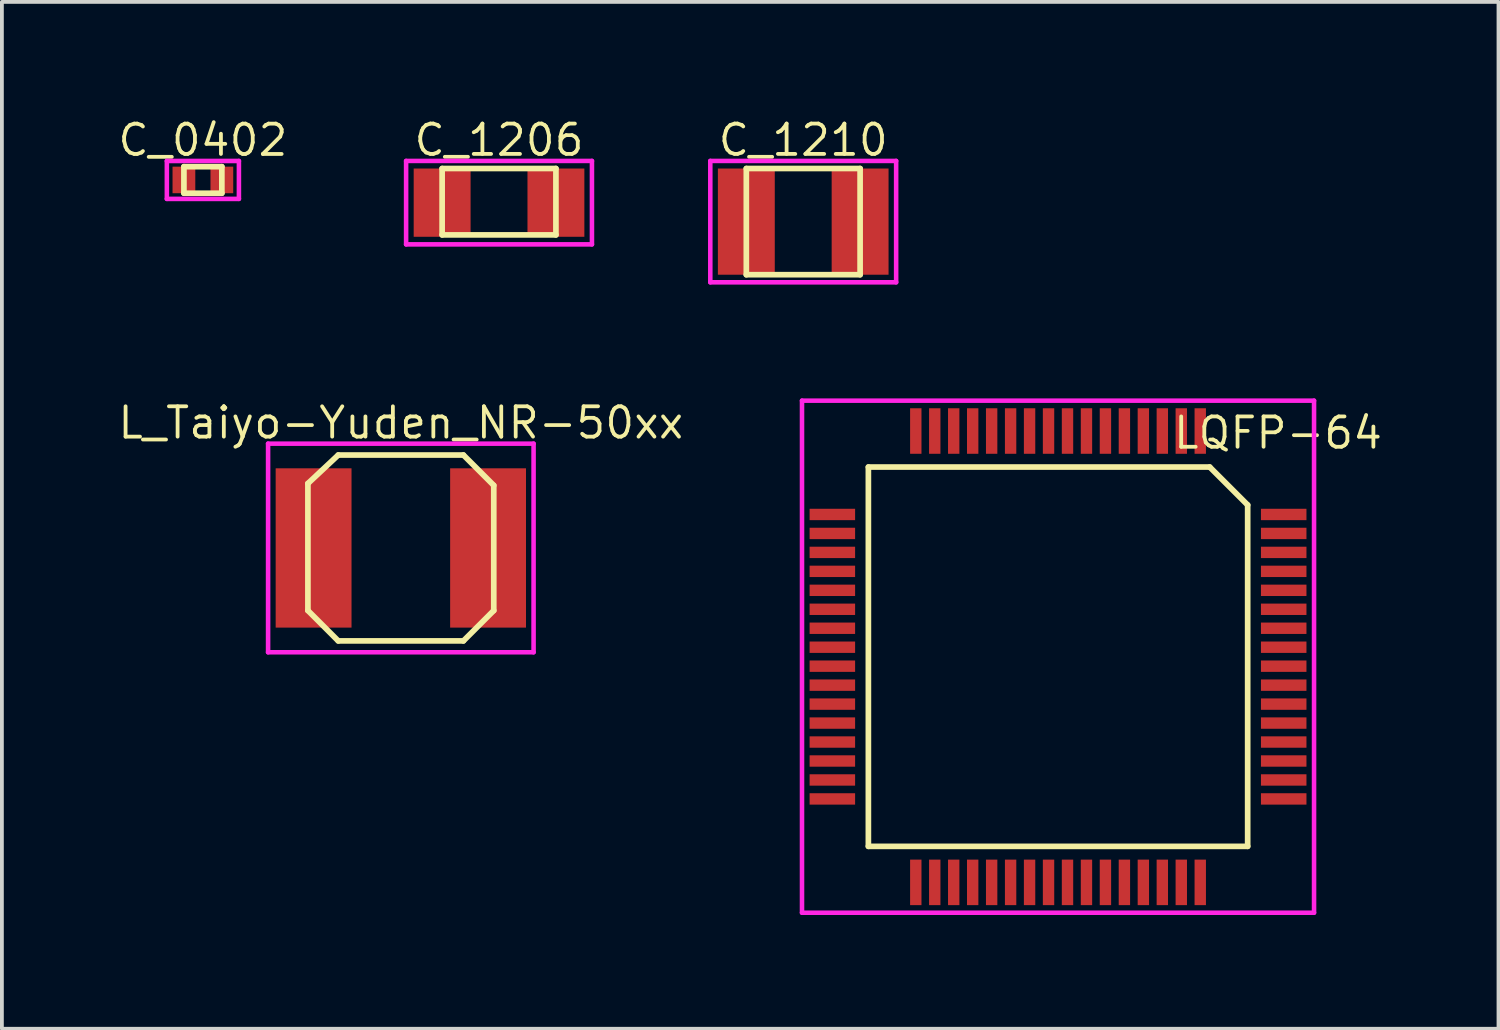
<source format=kicad_pcb>
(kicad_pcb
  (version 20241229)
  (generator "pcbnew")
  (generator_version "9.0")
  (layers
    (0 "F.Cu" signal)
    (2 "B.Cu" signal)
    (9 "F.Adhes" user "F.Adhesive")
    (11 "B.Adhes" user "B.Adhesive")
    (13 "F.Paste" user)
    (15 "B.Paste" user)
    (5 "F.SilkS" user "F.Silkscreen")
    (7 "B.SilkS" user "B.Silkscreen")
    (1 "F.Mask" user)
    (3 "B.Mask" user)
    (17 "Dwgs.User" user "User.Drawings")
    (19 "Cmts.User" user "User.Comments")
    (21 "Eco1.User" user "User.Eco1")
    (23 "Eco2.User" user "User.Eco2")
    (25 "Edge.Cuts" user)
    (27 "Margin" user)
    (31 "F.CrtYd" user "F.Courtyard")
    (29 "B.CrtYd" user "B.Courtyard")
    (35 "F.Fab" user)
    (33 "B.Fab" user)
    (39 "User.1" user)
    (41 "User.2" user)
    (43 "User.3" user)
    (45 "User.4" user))
  (footprint "C_1210"
    (layer "F.Cu")
    (at 18.127 2.793)
    (property "Reference" "C_1210" (at 0 -2.15 0) (layer "F.SilkS") (effects (font (size 0.8 0.8) (thickness 0.1))))
    (attr smd)
    (fp_line (start -1.5 -1.4) (end 1.5 -1.4) (stroke (width 0.15) (type solid)) (layer "F.SilkS"))
    (fp_line (start -1.5 1.4) (end -1.5 -1.4) (stroke (width 0.15) (type solid)) (layer "F.SilkS"))
    (fp_line (start 1.5 -1.4) (end 1.5 1.4) (stroke (width 0.15) (type solid)) (layer "F.SilkS"))
    (fp_line (start 1.5 1.4) (end -1.5 1.4) (stroke (width 0.15) (type solid)) (layer "F.SilkS"))
    (fp_line (start -2.45 -1.6) (end 2.45 -1.6) (stroke (width 0.12) (type solid)) (layer "F.CrtYd"))
    (fp_line (start -2.45 1.6) (end -2.45 -1.6) (stroke (width 0.12) (type solid)) (layer "F.CrtYd"))
    (fp_line (start 2.45 -1.6) (end 2.45 1.6) (stroke (width 0.12) (type solid)) (layer "F.CrtYd"))
    (fp_line (start 2.45 1.6) (end -2.45 1.6) (stroke (width 0.12) (type solid)) (layer "F.CrtYd"))
    (pad "1" smd rect (at -1.5 0) (size 1.5 2.8) (layers "F.Cu" "F.Mask" "F.Paste"))
    (pad "2" smd rect (at 1.5 0) (size 1.5 2.8) (layers "F.Cu" "F.Mask" "F.Paste")))
  (footprint "C_1206"
    (layer "F.Cu")
    (at 10.107 2.293)
    (property "Reference" "C_1206" (at 0 -1.65 0) (layer "F.SilkS") (effects (font (size 0.8 0.8) (thickness 0.1))))
    (attr smd)
    (fp_line (start -1.5 -0.9) (end 1.5 -0.9) (stroke (width 0.15) (type solid)) (layer "F.SilkS"))
    (fp_line (start -1.5 0.85) (end -1.5 -0.9) (stroke (width 0.15) (type solid)) (layer "F.SilkS"))
    (fp_line (start 1.5 -0.9) (end 1.5 0.85) (stroke (width 0.15) (type solid)) (layer "F.SilkS"))
    (fp_line (start 1.5 0.85) (end -1.5 0.85) (stroke (width 0.15) (type solid)) (layer "F.SilkS"))
    (fp_line (start -2.45 -1.1) (end 2.45 -1.1) (stroke (width 0.12) (type solid)) (layer "F.CrtYd"))
    (fp_line (start -2.45 1.1) (end -2.45 -1.1) (stroke (width 0.12) (type solid)) (layer "F.CrtYd"))
    (fp_line (start 2.45 -1.1) (end 2.45 1.1) (stroke (width 0.12) (type solid)) (layer "F.CrtYd"))
    (fp_line (start 2.45 1.1) (end -2.45 1.1) (stroke (width 0.12) (type solid)) (layer "F.CrtYd"))
    (pad "1" smd rect (at -1.5 0) (size 1.5 1.8) (layers "F.Cu" "F.Mask" "F.Paste"))
    (pad "2" smd rect (at 1.5 0) (size 1.5 1.8) (layers "F.Cu" "F.Mask" "F.Paste")))
  (footprint "LQFP-64"
    (layer "F.Cu")
    (at 24.845 14.264)
    (property "Reference" "LQFP-64" (at 5.8 -5.9 180) (layer "F.SilkS") (effects (font (size 0.8 0.8) (thickness 0.1))))
    (attr smd)
    (fp_line (start -5 -5) (end 4 -5) (stroke (width 0.15) (type solid)) (layer "F.SilkS"))
    (fp_line (start -5 5) (end -5 -5) (stroke (width 0.15) (type solid)) (layer "F.SilkS"))
    (fp_line (start 4 -5) (end 5 -4) (stroke (width 0.15) (type solid)) (layer "F.SilkS"))
    (fp_line (start 5 -4) (end 5 5) (stroke (width 0.15) (type solid)) (layer "F.SilkS"))
    (fp_line (start 5 5) (end -5 5) (stroke (width 0.15) (type solid)) (layer "F.SilkS"))
    (fp_line (start -6.75 -6.75) (end 6.75 -6.75) (stroke (width 0.12) (type solid)) (layer "F.CrtYd"))
    (fp_line (start -6.75 6.75) (end -6.75 -6.75) (stroke (width 0.12) (type solid)) (layer "F.CrtYd"))
    (fp_line (start 6.75 -6.75) (end 6.75 6.75) (stroke (width 0.12) (type solid)) (layer "F.CrtYd"))
    (fp_line (start 6.75 6.75) (end -6.75 6.75) (stroke (width 0.12) (type solid)) (layer "F.CrtYd"))
    (pad "1" smd rect (at 3.75 -5.95 270) (size 1.2 0.3) (layers "F.Cu" "F.Mask" "F.Paste"))
    (pad "2" smd rect (at 3.25 -5.95 270) (size 1.2 0.3) (layers "F.Cu" "F.Mask" "F.Paste"))
    (pad "3" smd rect (at 2.75 -5.95 270) (size 1.2 0.3) (layers "F.Cu" "F.Mask" "F.Paste"))
    (pad "4" smd rect (at 2.25 -5.95 270) (size 1.2 0.3) (layers "F.Cu" "F.Mask" "F.Paste"))
    (pad "5" smd rect (at 1.75 -5.95 270) (size 1.2 0.3) (layers "F.Cu" "F.Mask" "F.Paste"))
    (pad "6" smd rect (at 1.25 -5.95 270) (size 1.2 0.3) (layers "F.Cu" "F.Mask" "F.Paste"))
    (pad "7" smd rect (at 0.75 -5.95 270) (size 1.2 0.3) (layers "F.Cu" "F.Mask" "F.Paste"))
    (pad "8" smd rect (at 0.25 -5.95 270) (size 1.2 0.3) (layers "F.Cu" "F.Mask" "F.Paste"))
    (pad "9" smd rect (at -0.25 -5.95 270) (size 1.2 0.3) (layers "F.Cu" "F.Mask" "F.Paste"))
    (pad "10" smd rect (at -0.75 -5.95 270) (size 1.2 0.3) (layers "F.Cu" "F.Mask" "F.Paste"))
    (pad "11" smd rect (at -1.25 -5.95 270) (size 1.2 0.3) (layers "F.Cu" "F.Mask" "F.Paste"))
    (pad "12" smd rect (at -1.75 -5.95 270) (size 1.2 0.3) (layers "F.Cu" "F.Mask" "F.Paste"))
    (pad "13" smd rect (at -2.25 -5.95 270) (size 1.2 0.3) (layers "F.Cu" "F.Mask" "F.Paste"))
    (pad "14" smd rect (at -2.75 -5.95 270) (size 1.2 0.3) (layers "F.Cu" "F.Mask" "F.Paste"))
    (pad "15" smd rect (at -3.25 -5.95 270) (size 1.2 0.3) (layers "F.Cu" "F.Mask" "F.Paste"))
    (pad "16" smd rect (at -3.75 -5.95 270) (size 1.2 0.3) (layers "F.Cu" "F.Mask" "F.Paste"))
    (pad "17" smd rect (at -5.95 -3.75) (size 1.2 0.3) (layers "F.Cu" "F.Mask" "F.Paste"))
    (pad "18" smd rect (at -5.95 -3.25) (size 1.2 0.3) (layers "F.Cu" "F.Mask" "F.Paste"))
    (pad "19" smd rect (at -5.95 -2.75) (size 1.2 0.3) (layers "F.Cu" "F.Mask" "F.Paste"))
    (pad "20" smd rect (at -5.95 -2.25) (size 1.2 0.3) (layers "F.Cu" "F.Mask" "F.Paste"))
    (pad "21" smd rect (at -5.95 -1.75) (size 1.2 0.3) (layers "F.Cu" "F.Mask" "F.Paste"))
    (pad "22" smd rect (at -5.95 -1.25) (size 1.2 0.3) (layers "F.Cu" "F.Mask" "F.Paste"))
    (pad "23" smd rect (at -5.95 -0.75) (size 1.2 0.3) (layers "F.Cu" "F.Mask" "F.Paste"))
    (pad "24" smd rect (at -5.95 -0.25) (size 1.2 0.3) (layers "F.Cu" "F.Mask" "F.Paste"))
    (pad "25" smd rect (at -5.95 0.25) (size 1.2 0.3) (layers "F.Cu" "F.Mask" "F.Paste"))
    (pad "26" smd rect (at -5.95 0.75) (size 1.2 0.3) (layers "F.Cu" "F.Mask" "F.Paste"))
    (pad "27" smd rect (at -5.95 1.25) (size 1.2 0.3) (layers "F.Cu" "F.Mask" "F.Paste"))
    (pad "28" smd rect (at -5.95 1.75) (size 1.2 0.3) (layers "F.Cu" "F.Mask" "F.Paste"))
    (pad "29" smd rect (at -5.95 2.25) (size 1.2 0.3) (layers "F.Cu" "F.Mask" "F.Paste"))
    (pad "30" smd rect (at -5.95 2.75) (size 1.2 0.3) (layers "F.Cu" "F.Mask" "F.Paste"))
    (pad "31" smd rect (at -5.95 3.25) (size 1.2 0.3) (layers "F.Cu" "F.Mask" "F.Paste"))
    (pad "32" smd rect (at -5.95 3.75) (size 1.2 0.3) (layers "F.Cu" "F.Mask" "F.Paste"))
    (pad "33" smd rect (at -3.75 5.95 90) (size 1.2 0.3) (layers "F.Cu" "F.Mask" "F.Paste"))
    (pad "34" smd rect (at -3.25 5.95 90) (size 1.2 0.3) (layers "F.Cu" "F.Mask" "F.Paste"))
    (pad "35" smd rect (at -2.75 5.95 90) (size 1.2 0.3) (layers "F.Cu" "F.Mask" "F.Paste"))
    (pad "36" smd rect (at -2.25 5.95 90) (size 1.2 0.3) (layers "F.Cu" "F.Mask" "F.Paste"))
    (pad "37" smd rect (at -1.75 5.95 90) (size 1.2 0.3) (layers "F.Cu" "F.Mask" "F.Paste"))
    (pad "38" smd rect (at -1.25 5.95 90) (size 1.2 0.3) (layers "F.Cu" "F.Mask" "F.Paste"))
    (pad "39" smd rect (at -0.75 5.95 90) (size 1.2 0.3) (layers "F.Cu" "F.Mask" "F.Paste"))
    (pad "40" smd rect (at -0.25 5.95 90) (size 1.2 0.3) (layers "F.Cu" "F.Mask" "F.Paste"))
    (pad "41" smd rect (at 0.25 5.95 90) (size 1.2 0.3) (layers "F.Cu" "F.Mask" "F.Paste"))
    (pad "42" smd rect (at 0.75 5.95 90) (size 1.2 0.3) (layers "F.Cu" "F.Mask" "F.Paste"))
    (pad "43" smd rect (at 1.25 5.95 90) (size 1.2 0.3) (layers "F.Cu" "F.Mask" "F.Paste"))
    (pad "44" smd rect (at 1.75 5.95 90) (size 1.2 0.3) (layers "F.Cu" "F.Mask" "F.Paste"))
    (pad "45" smd rect (at 2.25 5.95 90) (size 1.2 0.3) (layers "F.Cu" "F.Mask" "F.Paste"))
    (pad "46" smd rect (at 2.75 5.95 90) (size 1.2 0.3) (layers "F.Cu" "F.Mask" "F.Paste"))
    (pad "47" smd rect (at 3.25 5.95 90) (size 1.2 0.3) (layers "F.Cu" "F.Mask" "F.Paste"))
    (pad "48" smd rect (at 3.75 5.95 90) (size 1.2 0.3) (layers "F.Cu" "F.Mask" "F.Paste"))
    (pad "49" smd rect (at 5.95 3.75 180) (size 1.2 0.3) (layers "F.Cu" "F.Mask" "F.Paste"))
    (pad "50" smd rect (at 5.95 3.25 180) (size 1.2 0.3) (layers "F.Cu" "F.Mask" "F.Paste"))
    (pad "51" smd rect (at 5.95 2.75 180) (size 1.2 0.3) (layers "F.Cu" "F.Mask" "F.Paste"))
    (pad "52" smd rect (at 5.95 2.25 180) (size 1.2 0.3) (layers "F.Cu" "F.Mask" "F.Paste"))
    (pad "53" smd rect (at 5.95 1.75 180) (size 1.2 0.3) (layers "F.Cu" "F.Mask" "F.Paste"))
    (pad "54" smd rect (at 5.95 1.25 180) (size 1.2 0.3) (layers "F.Cu" "F.Mask" "F.Paste"))
    (pad "55" smd rect (at 5.95 0.75 180) (size 1.2 0.3) (layers "F.Cu" "F.Mask" "F.Paste"))
    (pad "56" smd rect (at 5.95 0.25 180) (size 1.2 0.3) (layers "F.Cu" "F.Mask" "F.Paste"))
    (pad "57" smd rect (at 5.95 -0.25 180) (size 1.2 0.3) (layers "F.Cu" "F.Mask" "F.Paste"))
    (pad "58" smd rect (at 5.95 -0.75 180) (size 1.2 0.3) (layers "F.Cu" "F.Mask" "F.Paste"))
    (pad "59" smd rect (at 5.95 -1.25 180) (size 1.2 0.3) (layers "F.Cu" "F.Mask" "F.Paste"))
    (pad "60" smd rect (at 5.95 -1.75 180) (size 1.2 0.3) (layers "F.Cu" "F.Mask" "F.Paste"))
    (pad "61" smd rect (at 5.95 -2.25 180) (size 1.2 0.3) (layers "F.Cu" "F.Mask" "F.Paste"))
    (pad "62" smd rect (at 5.95 -2.75 180) (size 1.2 0.3) (layers "F.Cu" "F.Mask" "F.Paste"))
    (pad "63" smd rect (at 5.95 -3.25 180) (size 1.2 0.3) (layers "F.Cu" "F.Mask" "F.Paste"))
    (pad "64" smd rect (at 5.95 -3.75 180) (size 1.2 0.3) (layers "F.Cu" "F.Mask" "F.Paste")))
  (footprint "C_0402"
    (layer "F.Cu")
    (at 2.299 1.694)
    (property "Reference" "C_0402" (at 0 -1.05 0) (layer "F.SilkS") (effects (font (size 0.8 0.8) (thickness 0.1))))
    (attr smd)
    (fp_line (start -0.5 -0.35) (end 0.5 -0.35) (stroke (width 0.15) (type solid)) (layer "F.SilkS"))
    (fp_line (start -0.5 0.35) (end -0.5 -0.35) (stroke (width 0.15) (type solid)) (layer "F.SilkS"))
    (fp_line (start 0.5 -0.35) (end 0.5 0.35) (stroke (width 0.15) (type solid)) (layer "F.SilkS"))
    (fp_line (start 0.5 0.35) (end -0.5 0.35) (stroke (width 0.15) (type solid)) (layer "F.SilkS"))
    (fp_line (start -0.95 -0.5) (end 0.95 -0.5) (stroke (width 0.12) (type solid)) (layer "F.CrtYd"))
    (fp_line (start -0.95 0.5) (end -0.95 -0.5) (stroke (width 0.12) (type solid)) (layer "F.CrtYd"))
    (fp_line (start 0.95 -0.5) (end 0.95 0.5) (stroke (width 0.12) (type solid)) (layer "F.CrtYd"))
    (fp_line (start 0.95 0.5) (end -0.95 0.5) (stroke (width 0.12) (type solid)) (layer "F.CrtYd"))
    (pad "1" smd rect (at -0.5 0) (size 0.6 0.7) (layers "F.Cu" "F.Mask" "F.Paste"))
    (pad "2" smd rect (at 0.5 0) (size 0.6 0.7) (layers "F.Cu" "F.Mask" "F.Paste")))
  (footprint "L_Taiyo-Yuden_NR-50xx"
    (layer "F.Cu")
    (at 7.518 11.397)
    (property "Reference" "L_Taiyo-Yuden_NR-50xx" (at 0 -3.3 0) (layer "F.SilkS") (effects (font (size 0.8 0.8) (thickness 0.1))))
    (attr smd)
    (fp_line (start -2.45 -1.7) (end -1.65 -2.45) (stroke (width 0.15) (type solid)) (layer "F.SilkS"))
    (fp_line (start -2.45 1.65) (end -2.45 -1.7) (stroke (width 0.15) (type solid)) (layer "F.SilkS"))
    (fp_line (start -1.65 -2.45) (end 1.65 -2.45) (stroke (width 0.15) (type solid)) (layer "F.SilkS"))
    (fp_line (start -1.65 2.45) (end -2.45 1.65) (stroke (width 0.15) (type solid)) (layer "F.SilkS"))
    (fp_line (start 1.65 -2.45) (end 2.45 -1.65) (stroke (width 0.15) (type solid)) (layer "F.SilkS"))
    (fp_line (start 1.65 2.45) (end -1.65 2.45) (stroke (width 0.15) (type solid)) (layer "F.SilkS"))
    (fp_line (start 2.45 -1.65) (end 2.45 1.65) (stroke (width 0.15) (type solid)) (layer "F.SilkS"))
    (fp_line (start 2.45 1.65) (end 1.65 2.45) (stroke (width 0.15) (type solid)) (layer "F.SilkS"))
    (fp_line (start -3.5 -2.75) (end 3.5 -2.75) (stroke (width 0.12) (type solid)) (layer "F.CrtYd"))
    (fp_line (start -3.5 2.75) (end -3.5 -2.75) (stroke (width 0.12) (type solid)) (layer "F.CrtYd"))
    (fp_line (start 3.5 -2.75) (end 3.5 2.75) (stroke (width 0.12) (type solid)) (layer "F.CrtYd"))
    (fp_line (start 3.5 2.75) (end -3.5 2.75) (stroke (width 0.12) (type solid)) (layer "F.CrtYd"))
    (pad "1" smd rect (at -2.3 0) (size 2 4.2) (layers "F.Cu" "F.Mask" "F.Paste"))
    (pad "2" smd rect (at 2.3 0) (size 2 4.2) (layers "F.Cu" "F.Mask" "F.Paste")))
  (gr_rect
    (start -3 -3)
    (end 36.458 24.073)
    (stroke (width 0.1) (type default))
    (fill no)
    (layer "Edge.Cuts")))
</source>
